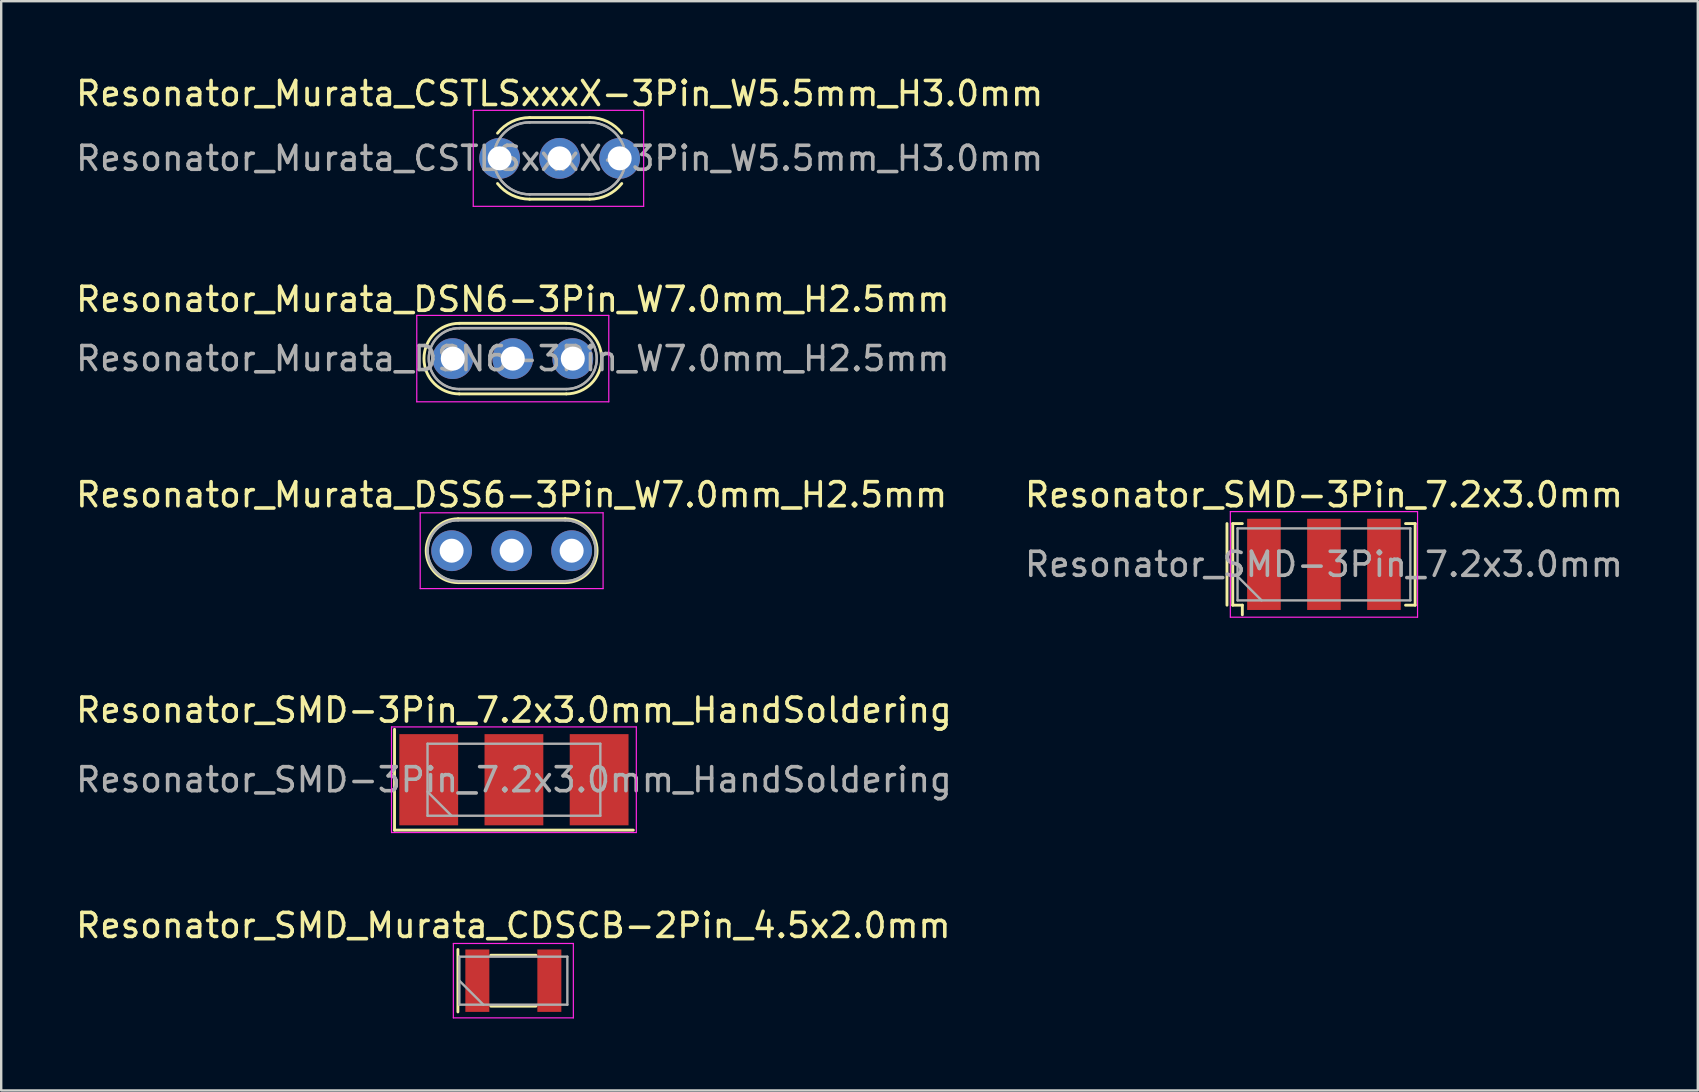
<source format=kicad_pcb>
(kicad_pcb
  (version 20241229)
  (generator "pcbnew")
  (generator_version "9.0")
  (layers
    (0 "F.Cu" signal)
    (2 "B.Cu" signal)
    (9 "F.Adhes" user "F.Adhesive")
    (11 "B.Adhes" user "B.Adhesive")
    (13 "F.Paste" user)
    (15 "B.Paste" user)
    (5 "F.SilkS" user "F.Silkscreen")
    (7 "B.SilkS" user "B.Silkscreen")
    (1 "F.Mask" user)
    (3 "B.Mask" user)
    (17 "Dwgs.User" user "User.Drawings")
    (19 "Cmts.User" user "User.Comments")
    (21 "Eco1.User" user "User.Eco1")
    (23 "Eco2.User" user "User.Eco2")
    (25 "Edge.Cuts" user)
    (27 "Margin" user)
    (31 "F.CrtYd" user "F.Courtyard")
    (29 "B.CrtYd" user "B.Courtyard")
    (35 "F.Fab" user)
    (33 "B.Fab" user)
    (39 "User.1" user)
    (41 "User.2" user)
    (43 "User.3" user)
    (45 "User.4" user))
  (footprint "Resonator_Murata_DSS6-3Pin_W7.0mm_H2.5mm"
    (layer "F.Cu")
    (at 15.768 19.895)
    (property "Reference" "Resonator_Murata_DSS6-3Pin_W7.0mm_H2.5mm" (at 2.5 -2.33 0) (layer "F.SilkS") (effects (font (size 1 1) (thickness 0.15))))
    (attr through_hole)
    (fp_line (start 0.27 -1.33) (end 4.73 -1.33) (stroke (width 0.12) (type solid)) (layer "F.SilkS"))
    (fp_line (start 0.27 1.33) (end 4.73 1.33) (stroke (width 0.12) (type solid)) (layer "F.SilkS"))
    (fp_arc (start 0.27 1.33) (mid -1.06 0) (end 0.27 -1.33) (stroke (width 0.12) (type solid)) (layer "F.SilkS"))
    (fp_arc (start 4.73 -1.33) (mid 6.06 0) (end 4.73 1.33) (stroke (width 0.12) (type solid)) (layer "F.SilkS"))
    (fp_line (start -1.31 -1.58) (end -1.31 1.58) (stroke (width 0.05) (type solid)) (layer "F.CrtYd"))
    (fp_line (start -1.31 1.58) (end 6.31 1.58) (stroke (width 0.05) (type solid)) (layer "F.CrtYd"))
    (fp_line (start 6.31 -1.58) (end -1.31 -1.58) (stroke (width 0.05) (type solid)) (layer "F.CrtYd"))
    (fp_line (start 6.31 1.58) (end 6.31 -1.58) (stroke (width 0.05) (type solid)) (layer "F.CrtYd"))
    (fp_line (start 0.27 -1.27) (end 4.73 -1.27) (stroke (width 0.1) (type solid)) (layer "F.Fab"))
    (fp_line (start 0.27 -1.27) (end 4.73 -1.27) (stroke (width 0.1) (type solid)) (layer "F.Fab"))
    (fp_line (start 0.27 1.27) (end 4.73 1.27) (stroke (width 0.1) (type solid)) (layer "F.Fab"))
    (fp_line (start 0.27 1.27) (end 4.73 1.27) (stroke (width 0.1) (type solid)) (layer "F.Fab"))
    (fp_arc (start 0.27 1.27) (mid -1 0) (end 0.27 -1.27) (stroke (width 0.1) (type solid)) (layer "F.Fab"))
    (fp_arc (start 0.27 1.27) (mid -1 0) (end 0.27 -1.27) (stroke (width 0.1) (type solid)) (layer "F.Fab"))
    (fp_arc (start 4.73 -1.27) (mid 6 0) (end 4.73 1.27) (stroke (width 0.1) (type solid)) (layer "F.Fab"))
    (fp_arc (start 4.73 -1.27) (mid 6 0) (end 4.73 1.27) (stroke (width 0.1) (type solid)) (layer "F.Fab"))
    (pad "1" thru_hole circle (at 0 0) (size 1.7 1.7) (drill 1) (layers "*.Cu" "*.Mask"))
    (pad "2" thru_hole circle (at 2.5 0) (size 1.7 1.7) (drill 1) (layers "*.Cu" "*.Mask"))
    (pad "3" thru_hole circle (at 5 0) (size 1.7 1.7) (drill 1) (layers "*.Cu" "*.Mask")))
  (footprint "Resonator_SMD-3Pin_7.2x3.0mm"
    (layer "F.Cu")
    (at 52.113 20.465)
    (property "Reference" "Resonator_SMD-3Pin_7.2x3.0mm" (at 0 -2.9 0) (layer "F.SilkS") (effects (font (size 1 1) (thickness 0.15))))
    (attr smd)
    (fp_line (start -4.04 -1.7) (end -4.04 1.7) (stroke (width 0.12) (type solid)) (layer "F.SilkS"))
    (fp_line (start -3.8 -1.7) (end -3.4 -1.7) (stroke (width 0.12) (type solid)) (layer "F.SilkS"))
    (fp_line (start -3.8 1.7) (end -3.8 -1.7) (stroke (width 0.12) (type solid)) (layer "F.SilkS"))
    (fp_line (start -3.4 1.7) (end -3.8 1.7) (stroke (width 0.12) (type solid)) (layer "F.SilkS"))
    (fp_line (start -3.4 2.1) (end -3.4 1.7) (stroke (width 0.12) (type solid)) (layer "F.SilkS"))
    (fp_line (start 3.4 -1.7) (end 3.8 -1.7) (stroke (width 0.12) (type solid)) (layer "F.SilkS"))
    (fp_line (start 3.8 -1.7) (end 3.8 1.7) (stroke (width 0.12) (type solid)) (layer "F.SilkS"))
    (fp_line (start 3.8 1.7) (end 3.4 1.7) (stroke (width 0.12) (type solid)) (layer "F.SilkS"))
    (fp_line (start -3.9 -2.2) (end -3.9 2.2) (stroke (width 0.05) (type solid)) (layer "F.CrtYd"))
    (fp_line (start -3.9 2.2) (end 3.9 2.2) (stroke (width 0.05) (type solid)) (layer "F.CrtYd"))
    (fp_line (start 3.9 -2.2) (end -3.9 -2.2) (stroke (width 0.05) (type solid)) (layer "F.CrtYd"))
    (fp_line (start 3.9 2.2) (end 3.9 -2.2) (stroke (width 0.05) (type solid)) (layer "F.CrtYd"))
    (fp_line (start -3.6 -1.5) (end -3.6 1.5) (stroke (width 0.1) (type solid)) (layer "F.Fab"))
    (fp_line (start -3.6 0.5) (end -2.6 1.5) (stroke (width 0.1) (type solid)) (layer "F.Fab"))
    (fp_line (start -3.6 1.5) (end 3.6 1.5) (stroke (width 0.1) (type solid)) (layer "F.Fab"))
    (fp_line (start 3.6 -1.5) (end -3.6 -1.5) (stroke (width 0.1) (type solid)) (layer "F.Fab"))
    (fp_line (start 3.6 1.5) (end 3.6 -1.5) (stroke (width 0.1) (type solid)) (layer "F.Fab"))
    (fp_text user "${REFERENCE}" (at 0 0 0) (layer "F.Fab") (effects (font (size 1 1) (thickness 0.15))))
    (pad "1" smd rect (at -2.5 0) (size 1.4 3.8) (layers "F.Cu" "F.Mask" "F.Paste"))
    (pad "2" smd rect (at 0 0) (size 1.4 3.8) (layers "F.Cu" "F.Mask" "F.Paste"))
    (pad "3" smd rect (at 2.5 0) (size 1.4 3.8) (layers "F.Cu" "F.Mask" "F.Paste")))
  (footprint "Resonator_Murata_DSN6-3Pin_W7.0mm_H2.5mm"
    (layer "F.Cu")
    (at 15.815 11.892)
    (property "Reference" "Resonator_Murata_DSN6-3Pin_W7.0mm_H2.5mm" (at 2.5 -2.47 0) (layer "F.SilkS") (effects (font (size 1 1) (thickness 0.15))))
    (attr through_hole)
    (fp_line (start 0.27 -1.47) (end 4.73 -1.47) (stroke (width 0.12) (type solid)) (layer "F.SilkS"))
    (fp_line (start 0.27 1.47) (end 4.73 1.47) (stroke (width 0.12) (type solid)) (layer "F.SilkS"))
    (fp_arc (start 0.27 1.47) (mid -1.2 0) (end 0.27 -1.47) (stroke (width 0.12) (type solid)) (layer "F.SilkS"))
    (fp_arc (start 4.73 -1.47) (mid 6.2 0) (end 4.73 1.47) (stroke (width 0.12) (type solid)) (layer "F.SilkS"))
    (fp_line (start -1.5 -1.8) (end -1.5 1.8) (stroke (width 0.05) (type solid)) (layer "F.CrtYd"))
    (fp_line (start -1.5 1.8) (end 6.5 1.8) (stroke (width 0.05) (type solid)) (layer "F.CrtYd"))
    (fp_line (start 6.5 -1.8) (end -1.5 -1.8) (stroke (width 0.05) (type solid)) (layer "F.CrtYd"))
    (fp_line (start 6.5 1.8) (end 6.5 -1.8) (stroke (width 0.05) (type solid)) (layer "F.CrtYd"))
    (fp_line (start 0.27 -1.27) (end 4.73 -1.27) (stroke (width 0.1) (type solid)) (layer "F.Fab"))
    (fp_line (start 0.27 -1.27) (end 4.73 -1.27) (stroke (width 0.1) (type solid)) (layer "F.Fab"))
    (fp_line (start 0.27 1.27) (end 4.73 1.27) (stroke (width 0.1) (type solid)) (layer "F.Fab"))
    (fp_line (start 0.27 1.27) (end 4.73 1.27) (stroke (width 0.1) (type solid)) (layer "F.Fab"))
    (fp_arc (start 0.27 1.27) (mid -1 0) (end 0.27 -1.27) (stroke (width 0.1) (type solid)) (layer "F.Fab"))
    (fp_arc (start 0.27 1.27) (mid -1 0) (end 0.27 -1.27) (stroke (width 0.1) (type solid)) (layer "F.Fab"))
    (fp_arc (start 4.73 -1.27) (mid 6 0) (end 4.73 1.27) (stroke (width 0.1) (type solid)) (layer "F.Fab"))
    (fp_arc (start 4.73 -1.27) (mid 6 0) (end 4.73 1.27) (stroke (width 0.1) (type solid)) (layer "F.Fab"))
    (fp_text user "${REFERENCE}" (at 2.5 0 0) (layer "F.Fab") (effects (font (size 1 1) (thickness 0.15))))
    (pad "1" thru_hole circle (at 0 0) (size 1.7 1.7) (drill 1) (layers "*.Cu" "*.Mask"))
    (pad "2" thru_hole circle (at 2.5 0) (size 1.7 1.7) (drill 1) (layers "*.Cu" "*.Mask"))
    (pad "3" thru_hole circle (at 5 0) (size 1.7 1.7) (drill 1) (layers "*.Cu" "*.Mask")))
  (footprint "Resonator_Murata_CSTLSxxxX-3Pin_W5.5mm_H3.0mm"
    (layer "F.Cu")
    (at 17.768 3.548)
    (property "Reference" "Resonator_Murata_CSTLSxxxX-3Pin_W5.5mm_H3.0mm" (at 2.5 -2.7 0) (layer "F.SilkS") (effects (font (size 1 1) (thickness 0.15))))
    (attr through_hole)
    (fp_line (start 1.25 -1.7) (end 3.75 -1.7) (stroke (width 0.12) (type solid)) (layer "F.SilkS"))
    (fp_line (start 1.25 1.7) (end 3.75 1.7) (stroke (width 0.12) (type solid)) (layer "F.SilkS"))
    (fp_arc (start -0.08779 -1.048961) (mid 0.506102 -1.5286) (end 1.25 -1.7) (stroke (width 0.12) (type solid)) (layer "F.SilkS"))
    (fp_arc (start 1.25 1.7) (mid 0.506103 1.5286) (end -0.08779 1.048961) (stroke (width 0.12) (type solid)) (layer "F.SilkS"))
    (fp_arc (start 3.75 -1.7) (mid 4.493897 -1.5286) (end 5.08779 -1.048961) (stroke (width 0.12) (type solid)) (layer "F.SilkS"))
    (fp_arc (start 5.08779 1.048961) (mid 4.493898 1.5286) (end 3.75 1.7) (stroke (width 0.12) (type solid)) (layer "F.SilkS"))
    (fp_line (start -1.1 -2) (end -1.1 2) (stroke (width 0.05) (type solid)) (layer "F.CrtYd"))
    (fp_line (start -1.1 2) (end 6 2) (stroke (width 0.05) (type solid)) (layer "F.CrtYd"))
    (fp_line (start 6 -2) (end -1.1 -2) (stroke (width 0.05) (type solid)) (layer "F.CrtYd"))
    (fp_line (start 6 2) (end 6 -2) (stroke (width 0.05) (type solid)) (layer "F.CrtYd"))
    (fp_line (start 1.25 -1.5) (end 3.75 -1.5) (stroke (width 0.1) (type solid)) (layer "F.Fab"))
    (fp_line (start 1.25 -1.5) (end 3.75 -1.5) (stroke (width 0.1) (type solid)) (layer "F.Fab"))
    (fp_line (start 1.25 1.5) (end 3.75 1.5) (stroke (width 0.1) (type solid)) (layer "F.Fab"))
    (fp_line (start 1.25 1.5) (end 3.75 1.5) (stroke (width 0.1) (type solid)) (layer "F.Fab"))
    (fp_arc (start 1.25 1.5) (mid -0.25 0) (end 1.25 -1.5) (stroke (width 0.1) (type solid)) (layer "F.Fab"))
    (fp_arc (start 1.25 1.5) (mid -0.25 0) (end 1.25 -1.5) (stroke (width 0.1) (type solid)) (layer "F.Fab"))
    (fp_arc (start 3.75 -1.5) (mid 5.25 0) (end 3.75 1.5) (stroke (width 0.1) (type solid)) (layer "F.Fab"))
    (fp_arc (start 3.75 -1.5) (mid 5.25 0) (end 3.75 1.5) (stroke (width 0.1) (type solid)) (layer "F.Fab"))
    (fp_text user "${REFERENCE}" (at 2.5 0 0) (layer "F.Fab") (effects (font (size 1 1) (thickness 0.15))))
    (pad "1" thru_hole circle (at 0 0) (size 1.7 1.7) (drill 1) (layers "*.Cu" "*.Mask"))
    (pad "2" thru_hole circle (at 2.5 0) (size 1.7 1.7) (drill 1) (layers "*.Cu" "*.Mask"))
    (pad "3" thru_hole circle (at 5 0) (size 1.7 1.7) (drill 1) (layers "*.Cu" "*.Mask")))
  (footprint "Resonator_SMD_Murata_CDSCB-2Pin_4.5x2.0mm"
    (layer "F.Cu")
    (at 18.339 37.811)
    (property "Reference" "Resonator_SMD_Murata_CDSCB-2Pin_4.5x2.0mm" (at 0 -2.3 0) (layer "F.SilkS") (effects (font (size 1 1) (thickness 0.15))))
    (attr smd)
    (fp_line (start -2.31 -1.3) (end -2.31 1.3) (stroke (width 0.12) (type solid)) (layer "F.SilkS"))
    (fp_line (start -0.94 -1.06) (end 0.94 -1.06) (stroke (width 0.12) (type solid)) (layer "F.SilkS"))
    (fp_line (start -0.94 1.06) (end 0.94 1.06) (stroke (width 0.12) (type solid)) (layer "F.SilkS"))
    (fp_line (start -2.5 -1.55) (end -2.5 1.55) (stroke (width 0.05) (type solid)) (layer "F.CrtYd"))
    (fp_line (start -2.5 1.55) (end 2.5 1.55) (stroke (width 0.05) (type solid)) (layer "F.CrtYd"))
    (fp_line (start 2.5 -1.55) (end -2.5 -1.55) (stroke (width 0.05) (type solid)) (layer "F.CrtYd"))
    (fp_line (start 2.5 1.55) (end 2.5 -1.55) (stroke (width 0.05) (type solid)) (layer "F.CrtYd"))
    (fp_line (start -2.25 -1) (end -2.25 1) (stroke (width 0.1) (type solid)) (layer "F.Fab"))
    (fp_line (start -2.25 0) (end -1.25 1) (stroke (width 0.1) (type solid)) (layer "F.Fab"))
    (fp_line (start -2.25 1) (end 2.25 1) (stroke (width 0.1) (type solid)) (layer "F.Fab"))
    (fp_line (start 2.25 -1) (end -2.25 -1) (stroke (width 0.1) (type solid)) (layer "F.Fab"))
    (fp_line (start 2.25 1) (end 2.25 -1) (stroke (width 0.1) (type solid)) (layer "F.Fab"))
    (pad "1" smd rect (at -1.5 0) (size 1 2.6) (layers "F.Cu" "F.Mask"))
    (pad "2" smd rect (at 1.5 0) (size 1 2.6) (layers "F.Cu" "F.Mask")))
  (footprint "Resonator_SMD-3Pin_7.2x3.0mm_HandSoldering"
    (layer "F.Cu")
    (at 18.363 29.438)
    (property "Reference" "Resonator_SMD-3Pin_7.2x3.0mm_HandSoldering" (at 0 -2.9 0) (layer "F.SilkS") (effects (font (size 1 1) (thickness 0.15))))
    (attr smd)
    (fp_line (start -4.975 -2.1) (end -4.975 2.1) (stroke (width 0.12) (type solid)) (layer "F.SilkS"))
    (fp_line (start -4.975 2.1) (end 4.975 2.1) (stroke (width 0.12) (type solid)) (layer "F.SilkS"))
    (fp_line (start -5.1 -2.2) (end -5.1 2.2) (stroke (width 0.05) (type solid)) (layer "F.CrtYd"))
    (fp_line (start -5.1 2.2) (end 5.1 2.2) (stroke (width 0.05) (type solid)) (layer "F.CrtYd"))
    (fp_line (start 5.1 -2.2) (end -5.1 -2.2) (stroke (width 0.05) (type solid)) (layer "F.CrtYd"))
    (fp_line (start 5.1 2.2) (end 5.1 -2.2) (stroke (width 0.05) (type solid)) (layer "F.CrtYd"))
    (fp_line (start -3.6 -1.5) (end -3.6 1.5) (stroke (width 0.1) (type solid)) (layer "F.Fab"))
    (fp_line (start -3.6 0.5) (end -2.6 1.5) (stroke (width 0.1) (type solid)) (layer "F.Fab"))
    (fp_line (start -3.6 1.5) (end 3.6 1.5) (stroke (width 0.1) (type solid)) (layer "F.Fab"))
    (fp_line (start 3.6 -1.5) (end -3.6 -1.5) (stroke (width 0.1) (type solid)) (layer "F.Fab"))
    (fp_line (start 3.6 1.5) (end 3.6 -1.5) (stroke (width 0.1) (type solid)) (layer "F.Fab"))
    (fp_text user "${REFERENCE}" (at 0 0 0) (layer "F.Fab") (effects (font (size 1 1) (thickness 0.15))))
    (pad "1" smd rect (at -3.55 0) (size 2.45 3.8) (layers "F.Cu" "F.Mask" "F.Paste"))
    (pad "2" smd rect (at 0 0) (size 2.45 3.8) (layers "F.Cu" "F.Mask" "F.Paste"))
    (pad "3" smd rect (at 3.55 0) (size 2.45 3.8) (layers "F.Cu" "F.Mask" "F.Paste")))
  (gr_rect
    (start -3 -3)
    (end 67.69 42.386)
    (stroke (width 0.1) (type default))
    (fill no)
    (layer "Edge.Cuts")))
</source>
